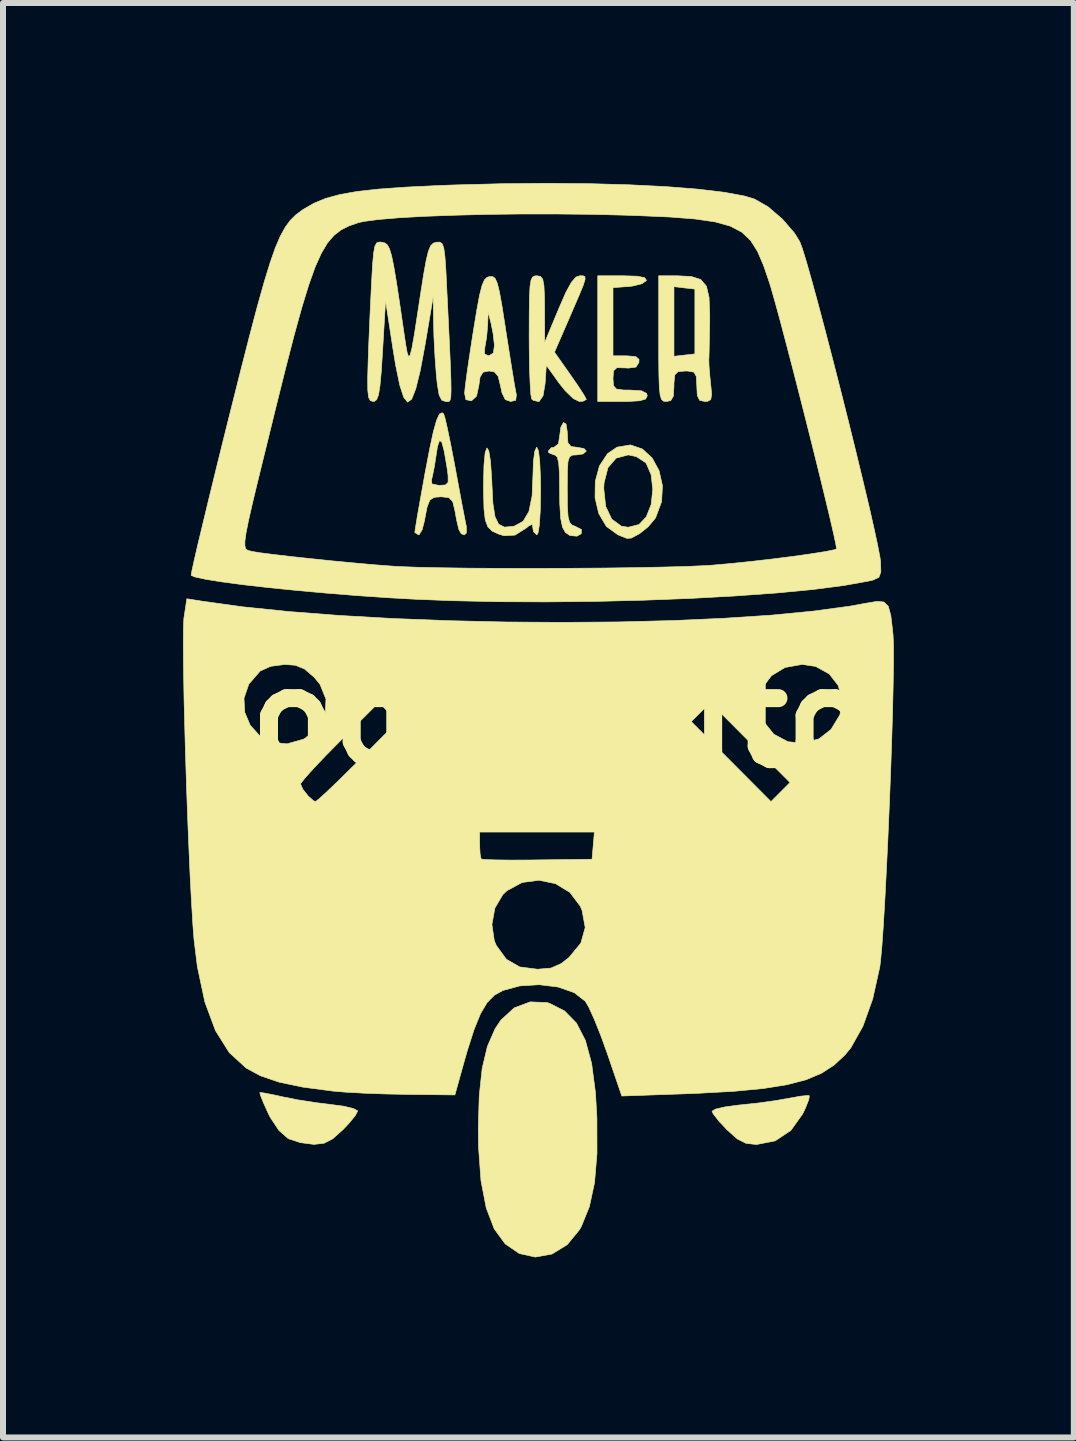
<source format=kicad_pcb>
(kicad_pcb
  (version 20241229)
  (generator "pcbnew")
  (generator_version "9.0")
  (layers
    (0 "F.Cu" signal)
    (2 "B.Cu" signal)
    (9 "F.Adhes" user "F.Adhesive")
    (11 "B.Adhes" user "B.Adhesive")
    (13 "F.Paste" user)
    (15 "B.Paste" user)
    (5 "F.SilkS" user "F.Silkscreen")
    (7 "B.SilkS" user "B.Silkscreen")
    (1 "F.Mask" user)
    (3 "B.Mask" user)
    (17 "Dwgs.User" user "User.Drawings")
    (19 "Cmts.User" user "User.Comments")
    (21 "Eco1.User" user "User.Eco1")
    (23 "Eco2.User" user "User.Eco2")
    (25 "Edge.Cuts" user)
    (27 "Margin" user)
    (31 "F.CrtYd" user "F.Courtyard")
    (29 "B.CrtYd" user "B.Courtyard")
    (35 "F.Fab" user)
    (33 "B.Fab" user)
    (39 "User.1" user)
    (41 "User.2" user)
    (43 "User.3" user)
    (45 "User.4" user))
  (footprint "logo_auto"
    (layer "F.Cu")
    (at 5.896 8.912)
    (property "Reference" "logo_auto" (at 0 0 0) (layer "F.SilkS") (effects (font (size 1.524 1.524) (thickness 0.3))))
    (attr through_hole)
    (fp_poly (pts (xy 4.543 6.3) (xy 4.532 6.366) (xy 4.477 6.506) (xy 4.433 6.599) (xy 4.235 6.877) (xy 3.974 7.051) (xy 3.664 7.112) (xy 3.66 7.112) (xy 3.488 7.093) (xy 3.342 7.02) (xy 3.171 6.868) (xy 3.168 6.865) (xy 3.031 6.718) (xy 2.941 6.602) (xy 2.921 6.557) (xy 2.979 6.522) (xy 3.134 6.486) (xy 3.354 6.456) (xy 3.413 6.45) (xy 3.702 6.419) (xy 3.989 6.379) (xy 4.21 6.34) (xy 4.211 6.34) (xy 4.393 6.307) (xy 4.515 6.295) (xy 4.543 6.3)) (stroke (width 0.01) (type solid)) (fill yes) (layer "F.SilkS"))
    (fp_poly (pts (xy -4.553 6.252) (xy -4.401 6.281) (xy -4.244 6.316) (xy -3.982 6.368) (xy -3.67 6.416) (xy -3.434 6.445) (xy -3.214 6.475) (xy -3.054 6.513) (xy -2.985 6.551) (xy -2.985 6.554) (xy -3.026 6.632) (xy -3.134 6.763) (xy -3.231 6.865) (xy -3.401 7.017) (xy -3.545 7.091) (xy -3.712 7.11) (xy -3.723 7.109) (xy -3.939 7.081) (xy -4.134 7.017) (xy -4.148 7.01) (xy -4.299 6.876) (xy -4.444 6.657) (xy -4.479 6.586) (xy -4.559 6.407) (xy -4.608 6.283) (xy -4.616 6.246) (xy -4.553 6.252)) (stroke (width 0.01) (type solid)) (fill yes) (layer "F.SilkS"))
    (fp_poly (pts (xy 0.172 4.747) (xy 0.213 4.759) (xy 0.463 4.886) (xy 0.661 5.088) (xy 0.81 5.377) (xy 0.914 5.761) (xy 0.978 6.25) (xy 1.002 6.671) (xy 1.003 7.263) (xy 0.962 7.751) (xy 0.876 8.149) (xy 0.744 8.475) (xy 0.712 8.532) (xy 0.507 8.782) (xy 0.252 8.938) (xy -0.026 8.988) (xy -0.292 8.929) (xy -0.527 8.768) (xy -0.71 8.517) (xy -0.843 8.168) (xy -0.93 7.715) (xy -0.971 7.151) (xy -0.975 6.858) (xy -0.959 6.297) (xy -0.91 5.843) (xy -0.823 5.477) (xy -0.695 5.184) (xy -0.598 5.038) (xy -0.376 4.835) (xy -0.109 4.735) (xy 0.172 4.747)) (stroke (width 0.01) (type solid)) (fill yes) (layer "F.SilkS"))
    (fp_poly (pts (xy 1.671 -7.359) (xy 1.796 -7.335) (xy 1.827 -7.292) (xy 1.826 -7.287) (xy 1.752 -7.233) (xy 1.598 -7.195) (xy 1.535 -7.188) (xy 1.27 -7.168) (xy 1.27 -6.032) (xy 1.497 -6.032) (xy 1.649 -6.02) (xy 1.704 -5.973) (xy 1.702 -5.921) (xy 1.652 -5.844) (xy 1.523 -5.827) (xy 1.475 -5.831) (xy 1.335 -5.834) (xy 1.279 -5.782) (xy 1.27 -5.656) (xy 1.278 -5.536) (xy 1.325 -5.479) (xy 1.444 -5.462) (xy 1.556 -5.461) (xy 1.744 -5.449) (xy 1.83 -5.406) (xy 1.841 -5.366) (xy 1.814 -5.312) (xy 1.715 -5.283) (xy 1.522 -5.271) (xy 1.429 -5.271) (xy 1.016 -5.271) (xy 1.016 -7.366) (xy 1.434 -7.366) (xy 1.671 -7.359)) (stroke (width 0.01) (type solid)) (fill yes) (layer "F.SilkS"))
    (fp_poly (pts (xy 1.76 -4.479) (xy 1.923 -4.329) (xy 2.038 -4.118) (xy 2.094 -3.868) (xy 2.08 -3.602) (xy 1.983 -3.341) (xy 1.968 -3.316) (xy 1.858 -3.185) (xy 1.713 -3.068) (xy 1.576 -2.995) (xy 1.504 -2.989) (xy 1.444 -3.012) (xy 1.35 -3.05) (xy 1.159 -3.189) (xy 1.032 -3.405) (xy 0.971 -3.666) (xy 0.973 -3.822) (xy 1.116 -3.822) (xy 1.148 -3.524) (xy 1.249 -3.31) (xy 1.41 -3.193) (xy 1.524 -3.175) (xy 1.704 -3.221) (xy 1.824 -3.347) (xy 1.906 -3.553) (xy 1.933 -3.804) (xy 1.906 -4.049) (xy 1.826 -4.235) (xy 1.811 -4.253) (xy 1.66 -4.352) (xy 1.524 -4.381) (xy 1.323 -4.327) (xy 1.186 -4.168) (xy 1.121 -3.913) (xy 1.116 -3.822) (xy 0.973 -3.822) (xy 0.975 -3.941) (xy 1.044 -4.197) (xy 1.179 -4.402) (xy 1.338 -4.51) (xy 1.561 -4.547) (xy 1.76 -4.479)) (stroke (width 0.01) (type solid)) (fill yes) (layer "F.SilkS"))
    (fp_poly (pts (xy 0.028 -4.448) (xy 0.049 -4.275) (xy 0.061 -4.007) (xy 0.064 -3.778) (xy 0.058 -3.453) (xy 0.043 -3.214) (xy 0.02 -3.076) (xy 0 -3.048) (xy -0.055 -3.1) (xy -0.064 -3.153) (xy -0.075 -3.223) (xy -0.131 -3.199) (xy -0.175 -3.163) (xy -0.363 -3.044) (xy -0.547 -3.034) (xy -0.633 -3.06) (xy -0.743 -3.11) (xy -0.815 -3.181) (xy -0.859 -3.297) (xy -0.88 -3.481) (xy -0.887 -3.76) (xy -0.888 -3.889) (xy -0.88 -4.217) (xy -0.86 -4.42) (xy -0.831 -4.497) (xy -0.8 -4.449) (xy -0.772 -4.276) (xy -0.751 -3.977) (xy -0.748 -3.896) (xy -0.731 -3.568) (xy -0.696 -3.349) (xy -0.635 -3.225) (xy -0.538 -3.177) (xy -0.396 -3.19) (xy -0.37 -3.196) (xy -0.227 -3.275) (xy -0.131 -3.438) (xy -0.078 -3.697) (xy -0.064 -4.035) (xy -0.056 -4.274) (xy -0.034 -4.44) (xy -0.003 -4.508) (xy 0 -4.508) (xy 0.028 -4.448)) (stroke (width 0.01) (type solid)) (fill yes) (layer "F.SilkS"))
    (fp_poly (pts (xy 0.488 -4.894) (xy 0.508 -4.765) (xy 0.508 -4.734) (xy 0.519 -4.583) (xy 0.571 -4.52) (xy 0.667 -4.508) (xy 0.786 -4.487) (xy 0.826 -4.445) (xy 0.771 -4.397) (xy 0.667 -4.381) (xy 0.592 -4.377) (xy 0.545 -4.347) (xy 0.52 -4.268) (xy 0.51 -4.115) (xy 0.508 -3.864) (xy 0.508 -3.804) (xy 0.51 -3.529) (xy 0.521 -3.355) (xy 0.546 -3.257) (xy 0.59 -3.21) (xy 0.635 -3.193) (xy 0.746 -3.136) (xy 0.74 -3.067) (xy 0.669 -3.026) (xy 0.553 -3.037) (xy 0.478 -3.087) (xy 0.429 -3.173) (xy 0.398 -3.324) (xy 0.383 -3.564) (xy 0.381 -3.783) (xy 0.378 -4.069) (xy 0.365 -4.25) (xy 0.34 -4.347) (xy 0.299 -4.38) (xy 0.286 -4.381) (xy 0.201 -4.416) (xy 0.191 -4.445) (xy 0.242 -4.501) (xy 0.286 -4.508) (xy 0.361 -4.565) (xy 0.381 -4.695) (xy 0.401 -4.842) (xy 0.445 -4.921) (xy 0.488 -4.894)) (stroke (width 0.01) (type solid)) (fill yes) (layer "F.SilkS"))
    (fp_poly (pts (xy 0.771 -7.366) (xy 0.802 -7.352) (xy 0.805 -7.307) (xy 0.775 -7.21) (xy 0.706 -7.042) (xy 0.595 -6.785) (xy 0.534 -6.643) (xy 0.295 -6.093) (xy 0.56 -5.716) (xy 0.69 -5.528) (xy 0.784 -5.383) (xy 0.825 -5.308) (xy 0.826 -5.305) (xy 0.773 -5.276) (xy 0.709 -5.271) (xy 0.608 -5.32) (xy 0.473 -5.451) (xy 0.376 -5.572) (xy 0.159 -5.874) (xy 0.139 -5.572) (xy 0.104 -5.365) (xy 0.037 -5.268) (xy -0.058 -5.29) (xy -0.085 -5.313) (xy -0.099 -5.388) (xy -0.111 -5.567) (xy -0.121 -5.828) (xy -0.126 -6.149) (xy -0.127 -6.361) (xy -0.126 -6.738) (xy -0.122 -7.007) (xy -0.113 -7.186) (xy -0.096 -7.293) (xy -0.069 -7.346) (xy -0.03 -7.364) (xy 0 -7.366) (xy 0.061 -7.356) (xy 0.099 -7.31) (xy 0.119 -7.203) (xy 0.128 -7.011) (xy 0.13 -6.81) (xy 0.132 -6.255) (xy 0.363 -6.81) (xy 0.483 -7.086) (xy 0.577 -7.258) (xy 0.654 -7.345) (xy 0.716 -7.366) (xy 0.771 -7.366)) (stroke (width 0.01) (type solid)) (fill yes) (layer "F.SilkS"))
    (fp_poly (pts (xy 2.575 -7.354) (xy 2.733 -7.303) (xy 2.827 -7.193) (xy 2.871 -7.004) (xy 2.882 -6.714) (xy 2.882 -6.625) (xy 2.877 -6.361) (xy 2.873 -6.14) (xy 2.869 -5.996) (xy 2.867 -5.969) (xy 2.871 -5.851) (xy 2.887 -5.664) (xy 2.897 -5.572) (xy 2.914 -5.39) (xy 2.899 -5.301) (xy 2.843 -5.272) (xy 2.8 -5.271) (xy 2.714 -5.29) (xy 2.675 -5.37) (xy 2.667 -5.524) (xy 2.659 -5.687) (xy 2.619 -5.76) (xy 2.517 -5.778) (xy 2.477 -5.779) (xy 2.354 -5.768) (xy 2.3 -5.714) (xy 2.286 -5.579) (xy 2.286 -5.524) (xy 2.275 -5.358) (xy 2.232 -5.285) (xy 2.159 -5.271) (xy 2.112 -5.276) (xy 2.078 -5.306) (xy 2.056 -5.377) (xy 2.042 -5.507) (xy 2.035 -5.715) (xy 2.032 -6.019) (xy 2.032 -6.024) (xy 2.286 -6.024) (xy 2.461 -6.044) (xy 2.635 -6.064) (xy 2.635 -7.144) (xy 2.286 -7.184) (xy 2.286 -6.024) (xy 2.032 -6.024) (xy 2.032 -6.318) (xy 2.032 -7.366) (xy 2.337 -7.366) (xy 2.575 -7.354)) (stroke (width 0.01) (type solid)) (fill yes) (layer "F.SilkS"))
    (fp_poly (pts (xy -0.734 -7.352) (xy -0.693 -7.32) (xy -0.657 -7.239) (xy -0.621 -7.091) (xy -0.579 -6.856) (xy -0.526 -6.518) (xy -0.513 -6.432) (xy -0.46 -6.094) (xy -0.412 -5.794) (xy -0.373 -5.558) (xy -0.346 -5.411) (xy -0.34 -5.382) (xy -0.351 -5.291) (xy -0.435 -5.271) (xy -0.525 -5.302) (xy -0.58 -5.415) (xy -0.603 -5.524) (xy -0.644 -5.691) (xy -0.707 -5.764) (xy -0.795 -5.779) (xy -0.897 -5.759) (xy -0.946 -5.676) (xy -0.965 -5.541) (xy -1.004 -5.36) (xy -1.086 -5.284) (xy -1.095 -5.282) (xy -1.182 -5.302) (xy -1.203 -5.409) (xy -1.192 -5.523) (xy -1.164 -5.736) (xy -1.123 -6.019) (xy -1.116 -6.063) (xy -0.871 -6.063) (xy -0.801 -6.032) (xy -0.723 -6.079) (xy -0.706 -6.207) (xy -0.728 -6.404) (xy -0.762 -6.572) (xy -0.81 -6.763) (xy -0.819 -6.54) (xy -0.836 -6.343) (xy -0.865 -6.177) (xy -0.866 -6.175) (xy -0.871 -6.063) (xy -1.116 -6.063) (xy -1.073 -6.345) (xy -1.057 -6.445) (xy -0.999 -6.799) (xy -0.953 -7.046) (xy -0.912 -7.206) (xy -0.872 -7.298) (xy -0.827 -7.341) (xy -0.785 -7.353) (xy -0.734 -7.352)) (stroke (width 0.01) (type solid)) (fill yes) (layer "F.SilkS"))
    (fp_poly (pts (xy -1.554 -5.068) (xy -1.53 -4.995) (xy -1.49 -4.822) (xy -1.438 -4.572) (xy -1.379 -4.268) (xy -1.363 -4.183) (xy -1.303 -3.858) (xy -1.249 -3.568) (xy -1.205 -3.341) (xy -1.178 -3.205) (xy -1.174 -3.191) (xy -1.172 -3.081) (xy -1.207 -3.048) (xy -1.26 -3.067) (xy -1.3 -3.141) (xy -1.337 -3.298) (xy -1.363 -3.445) (xy -1.401 -3.602) (xy -1.466 -3.669) (xy -1.592 -3.683) (xy -1.71 -3.674) (xy -1.781 -3.629) (xy -1.827 -3.518) (xy -1.867 -3.312) (xy -1.871 -3.286) (xy -1.911 -3.133) (xy -1.96 -3.052) (xy -1.971 -3.048) (xy -2.031 -3.086) (xy -2.032 -3.096) (xy -2.021 -3.172) (xy -1.992 -3.35) (xy -1.947 -3.606) (xy -1.891 -3.917) (xy -1.882 -3.968) (xy -1.755 -3.968) (xy -1.748 -3.897) (xy -1.636 -3.874) (xy -1.622 -3.873) (xy -1.521 -3.88) (xy -1.478 -3.923) (xy -1.478 -4.034) (xy -1.497 -4.175) (xy -1.544 -4.448) (xy -1.584 -4.596) (xy -1.621 -4.62) (xy -1.655 -4.521) (xy -1.675 -4.393) (xy -1.707 -4.186) (xy -1.74 -4.022) (xy -1.755 -3.968) (xy -1.882 -3.968) (xy -1.865 -4.064) (xy -1.787 -4.472) (xy -1.724 -4.766) (xy -1.67 -4.958) (xy -1.623 -5.06) (xy -1.578 -5.083) (xy -1.554 -5.068)) (stroke (width 0.01) (type solid)) (fill yes) (layer "F.SilkS"))
    (fp_poly (pts (xy -2.581 -7.925) (xy -2.532 -7.913) (xy -2.491 -7.882) (xy -2.455 -7.816) (xy -2.42 -7.701) (xy -2.383 -7.52) (xy -2.339 -7.26) (xy -2.285 -6.904) (xy -2.218 -6.445) (xy -2.186 -6.228) (xy -2.16 -6.083) (xy -2.136 -6.019) (xy -2.111 -6.043) (xy -2.08 -6.164) (xy -2.04 -6.39) (xy -1.988 -6.728) (xy -1.944 -7.017) (xy -1.889 -7.369) (xy -1.845 -7.615) (xy -1.807 -7.774) (xy -1.769 -7.866) (xy -1.724 -7.91) (xy -1.673 -7.925) (xy -1.617 -7.927) (xy -1.578 -7.902) (xy -1.55 -7.829) (xy -1.531 -7.688) (xy -1.515 -7.46) (xy -1.499 -7.131) (xy -1.473 -6.596) (xy -1.453 -6.174) (xy -1.439 -5.852) (xy -1.431 -5.616) (xy -1.429 -5.454) (xy -1.433 -5.351) (xy -1.444 -5.295) (xy -1.462 -5.272) (xy -1.486 -5.268) (xy -1.518 -5.27) (xy -1.522 -5.271) (xy -1.584 -5.293) (xy -1.627 -5.378) (xy -1.657 -5.55) (xy -1.673 -5.699) (xy -1.696 -6.007) (xy -1.714 -6.351) (xy -1.72 -6.572) (xy -1.727 -7.017) (xy -1.863 -6.209) (xy -1.943 -5.782) (xy -2.017 -5.482) (xy -2.086 -5.308) (xy -2.153 -5.261) (xy -2.218 -5.34) (xy -2.284 -5.544) (xy -2.352 -5.875) (xy -2.399 -6.16) (xy -2.52 -6.953) (xy -2.57 -6.112) (xy -2.592 -5.766) (xy -2.614 -5.529) (xy -2.638 -5.38) (xy -2.669 -5.301) (xy -2.709 -5.272) (xy -2.726 -5.271) (xy -2.774 -5.285) (xy -2.804 -5.342) (xy -2.817 -5.464) (xy -2.818 -5.675) (xy -2.812 -5.89) (xy -2.8 -6.233) (xy -2.783 -6.638) (xy -2.764 -7.041) (xy -2.755 -7.227) (xy -2.738 -7.537) (xy -2.72 -7.741) (xy -2.698 -7.86) (xy -2.666 -7.916) (xy -2.618 -7.929) (xy -2.581 -7.925)) (stroke (width 0.01) (type solid)) (fill yes) (layer "F.SilkS"))
    (fp_poly (pts (xy 0.881 -8.901) (xy 1.548 -8.882) (xy 2.154 -8.852) (xy 2.683 -8.81) (xy 3.122 -8.758) (xy 3.458 -8.696) (xy 3.628 -8.645) (xy 3.855 -8.515) (xy 4.092 -8.312) (xy 4.295 -8.077) (xy 4.383 -7.934) (xy 4.427 -7.816) (xy 4.496 -7.591) (xy 4.585 -7.277) (xy 4.691 -6.889) (xy 4.809 -6.444) (xy 4.935 -5.96) (xy 5.065 -5.452) (xy 5.194 -4.939) (xy 5.318 -4.436) (xy 5.433 -3.96) (xy 5.536 -3.529) (xy 5.62 -3.158) (xy 5.683 -2.865) (xy 5.721 -2.666) (xy 5.729 -2.602) (xy 5.734 -2.429) (xy 5.702 -2.341) (xy 5.607 -2.296) (xy 5.524 -2.277) (xy 5.117 -2.204) (xy 4.6 -2.137) (xy 3.99 -2.079) (xy 3.306 -2.03) (xy 2.563 -1.989) (xy 1.78 -1.959) (xy 0.974 -1.939) (xy 0.162 -1.931) (xy -0.638 -1.934) (xy -1.41 -1.951) (xy -2 -1.974) (xy -2.489 -2.001) (xy -2.996 -2.036) (xy -3.507 -2.077) (xy -4.004 -2.122) (xy -4.471 -2.169) (xy -4.891 -2.217) (xy -5.246 -2.264) (xy -5.521 -2.308) (xy -5.7 -2.347) (xy -5.76 -2.373) (xy -5.75 -2.438) (xy -5.712 -2.613) (xy -5.654 -2.865) (xy -4.865 -2.865) (xy -4.85 -2.816) (xy -4.821 -2.792) (xy -4.779 -2.78) (xy -4.752 -2.773) (xy -4.63 -2.752) (xy -4.409 -2.724) (xy -4.113 -2.689) (xy -3.768 -2.652) (xy -3.402 -2.614) (xy -3.041 -2.58) (xy -2.709 -2.55) (xy -2.434 -2.529) (xy -2.318 -2.521) (xy -2.009 -2.509) (xy -1.604 -2.5) (xy -1.124 -2.493) (xy -0.59 -2.49) (xy -0.024 -2.489) (xy 0.552 -2.491) (xy 1.117 -2.495) (xy 1.649 -2.502) (xy 2.128 -2.512) (xy 2.53 -2.523) (xy 2.836 -2.537) (xy 2.924 -2.543) (xy 3.24 -2.571) (xy 3.588 -2.607) (xy 3.942 -2.648) (xy 4.28 -2.691) (xy 4.577 -2.733) (xy 4.811 -2.77) (xy 4.958 -2.8) (xy 4.995 -2.814) (xy 4.986 -2.88) (xy 4.95 -3.052) (xy 4.89 -3.313) (xy 4.81 -3.647) (xy 4.715 -4.037) (xy 4.609 -4.465) (xy 4.496 -4.916) (xy 4.38 -5.373) (xy 4.266 -5.818) (xy 4.157 -6.235) (xy 4.059 -6.607) (xy 3.974 -6.918) (xy 3.908 -7.15) (xy 3.88 -7.243) (xy 3.78 -7.536) (xy 3.68 -7.77) (xy 3.564 -7.953) (xy 3.418 -8.092) (xy 3.226 -8.193) (xy 2.972 -8.264) (xy 2.643 -8.312) (xy 2.223 -8.345) (xy 1.696 -8.368) (xy 1.467 -8.376) (xy 0.907 -8.39) (xy 0.326 -8.396) (xy -0.259 -8.396) (xy -0.831 -8.389) (xy -1.372 -8.375) (xy -1.866 -8.357) (xy -2.294 -8.333) (xy -2.64 -8.304) (xy -2.886 -8.271) (xy -2.975 -8.251) (xy -3.127 -8.198) (xy -3.26 -8.132) (xy -3.379 -8.04) (xy -3.488 -7.914) (xy -3.591 -7.741) (xy -3.694 -7.512) (xy -3.8 -7.215) (xy -3.915 -6.841) (xy -4.043 -6.378) (xy -4.188 -5.816) (xy -4.356 -5.143) (xy -4.41 -4.921) (xy -4.549 -4.356) (xy -4.66 -3.903) (xy -4.745 -3.548) (xy -4.806 -3.279) (xy -4.845 -3.083) (xy -4.864 -2.95) (xy -4.865 -2.865) (xy -5.654 -2.865) (xy -5.649 -2.886) (xy -5.563 -3.244) (xy -5.459 -3.675) (xy -5.339 -4.166) (xy -5.206 -4.704) (xy -5.11 -5.088) (xy -4.934 -5.79) (xy -4.783 -6.38) (xy -4.654 -6.868) (xy -4.542 -7.266) (xy -4.444 -7.585) (xy -4.356 -7.836) (xy -4.273 -8.029) (xy -4.191 -8.177) (xy -4.108 -8.29) (xy -4.018 -8.379) (xy -3.917 -8.455) (xy -3.886 -8.476) (xy -3.714 -8.575) (xy -3.518 -8.656) (xy -3.282 -8.72) (xy -2.989 -8.772) (xy -2.625 -8.812) (xy -2.172 -8.844) (xy -1.614 -8.871) (xy -1.364 -8.88) (xy -0.589 -8.9) (xy 0.163 -8.907) (xy 0.881 -8.901)) (stroke (width 0.01) (type solid)) (fill yes) (layer "F.SilkS"))
    (fp_poly (pts (xy -5.585 -1.944) (xy -4.902 -1.849) (xy -4.132 -1.77) (xy -3.292 -1.705) (xy -2.399 -1.654) (xy -1.47 -1.618) (xy -0.522 -1.596) (xy 0.428 -1.59) (xy 1.364 -1.597) (xy 2.267 -1.62) (xy 3.121 -1.658) (xy 3.909 -1.71) (xy 4.613 -1.778) (xy 5.218 -1.86) (xy 5.488 -1.909) (xy 5.668 -1.939) (xy 5.786 -1.929) (xy 5.858 -1.858) (xy 5.9 -1.707) (xy 5.93 -1.454) (xy 5.938 -1.368) (xy 5.945 -1.193) (xy 5.945 -0.91) (xy 5.939 -0.537) (xy 5.929 -0.093) (xy 5.914 0.404) (xy 5.896 0.935) (xy 5.874 1.482) (xy 5.851 2.026) (xy 5.826 2.548) (xy 5.801 3.031) (xy 5.776 3.455) (xy 5.752 3.802) (xy 5.729 4.053) (xy 5.716 4.154) (xy 5.598 4.687) (xy 5.435 5.142) (xy 5.234 5.5) (xy 5.134 5.622) (xy 4.954 5.789) (xy 4.744 5.925) (xy 4.487 6.033) (xy 4.169 6.116) (xy 3.775 6.179) (xy 3.29 6.225) (xy 2.698 6.258) (xy 2.471 6.267) (xy 1.417 6.304) (xy 1.173 5.59) (xy 1.066 5.294) (xy 0.96 5.029) (xy 0.869 4.828) (xy 0.81 4.726) (xy 0.625 4.582) (xy 0.357 4.488) (xy 0.042 4.449) (xy -0.285 4.469) (xy -0.564 4.545) (xy -0.706 4.623) (xy -0.827 4.746) (xy -0.937 4.93) (xy -1.045 5.195) (xy -1.161 5.558) (xy -1.223 5.776) (xy -1.365 6.286) (xy -2.159 6.277) (xy -2.517 6.27) (xy -2.877 6.257) (xy -3.196 6.239) (xy -3.397 6.222) (xy -3.898 6.156) (xy -4.294 6.073) (xy -4.605 5.967) (xy -4.841 5.84) (xy -5.125 5.581) (xy -5.355 5.214) (xy -5.532 4.737) (xy -5.657 4.147) (xy -5.712 3.7) (xy -5.732 3.445) (xy -0.748 3.445) (xy -0.708 3.716) (xy -0.674 3.796) (xy -0.507 4.025) (xy -0.284 4.153) (xy 0.012 4.191) (xy 0.236 4.172) (xy 0.408 4.096) (xy 0.536 3.996) (xy 0.734 3.756) (xy 0.807 3.496) (xy 0.755 3.212) (xy 0.725 3.141) (xy 0.552 2.911) (xy 0.312 2.765) (xy 0.036 2.708) (xy -0.243 2.745) (xy -0.495 2.88) (xy -0.565 2.946) (xy -0.698 3.171) (xy -0.748 3.445) (xy -5.732 3.445) (xy -5.733 3.423) (xy -5.755 3.059) (xy -5.778 2.626) (xy -5.799 2.141) (xy -5.809 1.905) (xy -0.953 1.905) (xy -0.953 2.117) (xy -0.945 2.268) (xy -0.928 2.352) (xy -0.926 2.355) (xy -0.857 2.363) (xy -0.683 2.369) (xy -0.43 2.372) (xy -0.119 2.371) (xy 0.011 2.369) (xy 0.921 2.358) (xy 0.96 1.905) (xy -0.953 1.905) (xy -5.809 1.905) (xy -5.82 1.623) (xy -5.839 1.105) (xy -3.937 1.105) (xy -3.898 1.193) (xy -3.811 1.303) (xy -3.72 1.384) (xy -3.688 1.397) (xy -3.632 1.354) (xy -3.503 1.237) (xy -3.319 1.061) (xy -3.096 0.841) (xy -2.986 0.732) (xy -2.324 0.067) (xy -2.327 0.064) (xy 2.574 0.064) (xy 3.239 0.73) (xy 3.903 1.397) (xy 4.22 1.079) (xy 3.556 0.413) (xy 2.892 -0.254) (xy 2.574 0.064) (xy -2.327 0.064) (xy -2.477 -0.095) (xy -2.629 -0.258) (xy -3.283 0.394) (xy -3.515 0.629) (xy -3.711 0.835) (xy -3.854 0.994) (xy -3.93 1.089) (xy -3.937 1.105) (xy -5.839 1.105) (xy -5.839 1.088) (xy -5.856 0.554) (xy -5.87 0.038) (xy -5.879 -0.325) (xy -4.88 -0.325) (xy -4.867 -0.09) (xy -4.776 0.125) (xy -4.619 0.298) (xy -4.41 0.408) (xy -4.163 0.435) (xy -3.891 0.358) (xy -3.871 0.348) (xy -3.647 0.172) (xy -3.526 -0.056) (xy -3.516 -0.259) (xy 3.7 -0.259) (xy 3.748 -0.001) (xy 3.773 0.054) (xy 3.95 0.274) (xy 4.185 0.399) (xy 4.446 0.426) (xy 4.703 0.351) (xy 4.905 0.193) (xy 5.052 -0.049) (xy 5.087 -0.301) (xy 5.024 -0.537) (xy 4.874 -0.73) (xy 4.648 -0.855) (xy 4.423 -0.889) (xy 4.137 -0.838) (xy 3.911 -0.701) (xy 3.76 -0.5) (xy 3.7 -0.259) (xy -3.516 -0.259) (xy -3.513 -0.308) (xy -3.612 -0.555) (xy -3.708 -0.673) (xy -3.871 -0.813) (xy -4.024 -0.875) (xy -4.201 -0.888) (xy -4.435 -0.857) (xy -4.609 -0.779) (xy -4.612 -0.776) (xy -4.799 -0.561) (xy -4.88 -0.325) (xy -5.879 -0.325) (xy -5.881 -0.441) (xy -5.888 -0.868) (xy -5.891 -1.224) (xy -5.889 -1.492) (xy -5.882 -1.654) (xy -5.879 -1.674) (xy -5.832 -1.983) (xy -5.585 -1.944)) (stroke (width 0.01) (type solid)) (fill yes) (layer "F.SilkS")))
  (gr_rect
    (start -3 -3)
    (end 14.846 20.906)
    (stroke (width 0.1) (type default))
    (fill no)
    (layer "Edge.Cuts")))
</source>
